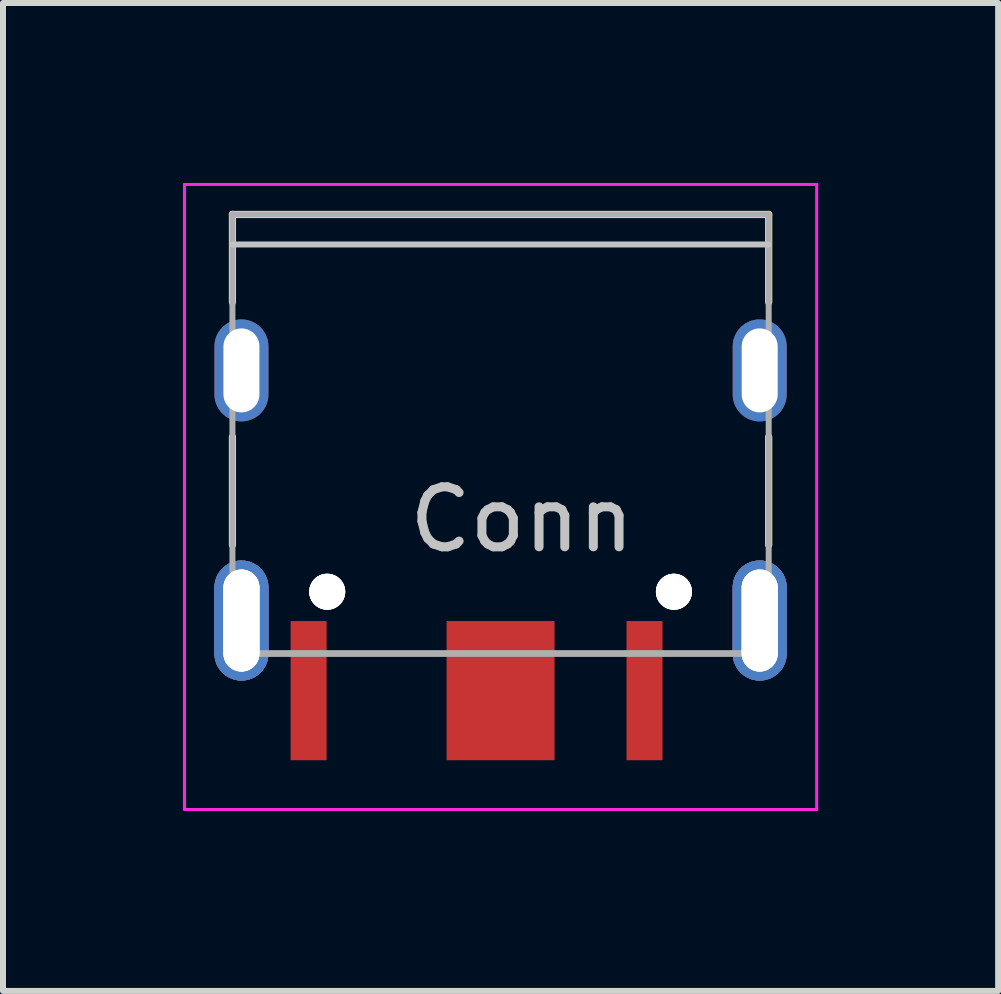
<source format=kicad_pcb>
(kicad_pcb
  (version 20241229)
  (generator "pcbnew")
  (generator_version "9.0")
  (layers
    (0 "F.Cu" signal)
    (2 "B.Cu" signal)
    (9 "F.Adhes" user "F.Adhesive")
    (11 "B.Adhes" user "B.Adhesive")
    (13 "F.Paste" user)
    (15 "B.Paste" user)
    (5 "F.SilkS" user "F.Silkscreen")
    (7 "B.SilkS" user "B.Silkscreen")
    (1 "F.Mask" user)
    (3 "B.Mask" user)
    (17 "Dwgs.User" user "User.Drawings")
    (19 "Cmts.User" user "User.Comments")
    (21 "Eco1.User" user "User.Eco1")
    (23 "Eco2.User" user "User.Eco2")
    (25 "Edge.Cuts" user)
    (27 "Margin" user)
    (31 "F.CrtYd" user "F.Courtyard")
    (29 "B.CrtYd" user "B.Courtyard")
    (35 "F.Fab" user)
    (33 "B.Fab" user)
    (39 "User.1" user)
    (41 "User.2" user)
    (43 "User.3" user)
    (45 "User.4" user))
  (footprint "Conn"
    (layer "F.Cu")
    (at 5.295 5.365)
    (property "Reference" "Conn" (at 0.356 0.246 0) (layer "Dwgs.User") (effects (font (size 1 1) (thickness 0.15))))
    (attr through_hole)
    (fp_line (start -4.47 -4.84) (end -4.47 -3.38) (stroke (width 0.12) (type solid)) (layer "F.SilkS"))
    (fp_line (start -4.47 -4.84) (end 4.47 -4.84) (stroke (width 0.12) (type solid)) (layer "F.SilkS"))
    (fp_line (start -4.47 0.67) (end -4.47 -1.13) (stroke (width 0.12) (type solid)) (layer "F.SilkS"))
    (fp_line (start 4.47 -4.84) (end 4.47 -3.38) (stroke (width 0.12) (type solid)) (layer "F.SilkS"))
    (fp_line (start 4.47 0.67) (end 4.47 -1.13) (stroke (width 0.12) (type solid)) (layer "F.SilkS"))
    (fp_line (start 4.47 -4.34) (end -4.47 -4.34) (stroke (width 0.1) (type solid)) (layer "Dwgs.User"))
    (fp_line (start -5.27 -5.34) (end -5.27 5.08) (stroke (width 0.05) (type solid)) (layer "F.CrtYd"))
    (fp_line (start -5.27 -5.34) (end 5.27 -5.34) (stroke (width 0.05) (type solid)) (layer "F.CrtYd"))
    (fp_line (start -5.27 5.08) (end 5.27 5.08) (stroke (width 0.05) (type solid)) (layer "F.CrtYd"))
    (fp_line (start 5.27 5.08) (end 5.27 -5.34) (stroke (width 0.05) (type solid)) (layer "F.CrtYd"))
    (fp_line (start -4.47 -4.84) (end 4.47 -4.84) (stroke (width 0.1) (type solid)) (layer "F.Fab"))
    (fp_line (start -4.47 2.48) (end -4.47 -4.84) (stroke (width 0.1) (type solid)) (layer "F.Fab"))
    (fp_line (start 4.47 2.48) (end -4.47 2.48) (stroke (width 0.1) (type solid)) (layer "F.Fab"))
    (fp_line (start 4.47 2.48) (end -4.47 2.48) (stroke (width 0.1) (type solid)) (layer "F.Fab"))
    (fp_line (start 4.47 2.48) (end -4.47 2.48) (stroke (width 0.1) (type solid)) (layer "F.Fab"))
    (fp_line (start 4.47 2.48) (end 4.47 -4.84) (stroke (width 0.1) (type solid)) (layer "F.Fab"))
    (pad "" np_thru_hole circle (at -2.89 1.45) (size 0.6 0.6) (drill 0.6) (layers "*.Cu" "*.Mask"))
    (pad "" np_thru_hole circle (at -2.89 1.45) (size 0.6 0.6) (drill 0.6) (layers "*.Cu" "*.Mask"))
    (pad "" np_thru_hole circle (at -2.89 1.45) (size 0.6 0.6) (drill 0.6) (layers "*.Cu" "*.Mask"))
    (pad "" np_thru_hole circle (at 2.89 1.45) (size 0.6 0.6) (drill 0.6) (layers "*.Cu" "*.Mask"))
    (pad "" np_thru_hole circle (at 2.89 1.45) (size 0.6 0.6) (drill 0.6) (layers "*.Cu" "*.Mask"))
    (pad "" np_thru_hole circle (at 2.89 1.45) (size 0.6 0.6) (drill 0.6) (layers "*.Cu" "*.Mask"))
    (pad "1" smd rect (at -3.2 3.099 180) (size 0.6 2.32) (layers "F.Cu" "F.Mask" "F.Paste"))
    (pad "2" smd rect (at 0 3.099) (size 1.8 2.32) (layers "F.Cu" "F.Mask" "F.Paste"))
    (pad "3" smd rect (at 2.4 3.099 180) (size 0.6 2.32) (layers "F.Cu" "F.Mask" "F.Paste"))
    (pad "S1" thru_hole oval (at -4.32 -2.24 270) (size 1.7 0.9) (drill oval 1.4 0.6) (layers "*.Cu" "*.Mask"))
    (pad "S1" thru_hole oval (at -4.32 1.93 270) (size 2 0.9) (drill oval 1.7 0.6) (layers "*.Cu" "*.Mask"))
    (pad "S1" thru_hole oval (at -4.32 1.93 270) (size 2 0.9) (drill oval 1.7 0.6) (layers "*.Cu" "*.Mask"))
    (pad "S1" thru_hole oval (at -4.32 1.93 270) (size 2 0.9) (drill oval 1.7 0.6) (layers "*.Cu" "*.Mask"))
    (pad "S1" thru_hole oval (at 4.32 -2.24 270) (size 1.7 0.9) (drill oval 1.4 0.6) (layers "*.Cu" "*.Mask"))
    (pad "S1" thru_hole oval (at 4.32 1.93 270) (size 2 0.9) (drill oval 1.7 0.6) (layers "*.Cu" "*.Mask"))
    (pad "S1" thru_hole oval (at 4.32 1.93 270) (size 2 0.9) (drill oval 1.7 0.6) (layers "*.Cu" "*.Mask"))
    (pad "S1" thru_hole oval (at 4.32 1.93 270) (size 2 0.9) (drill oval 1.7 0.6) (layers "*.Cu" "*.Mask")))
  (gr_rect
    (start -3 -3)
    (end 13.59 13.47)
    (stroke (width 0.1) (type default))
    (fill no)
    (layer "Edge.Cuts")))
</source>
